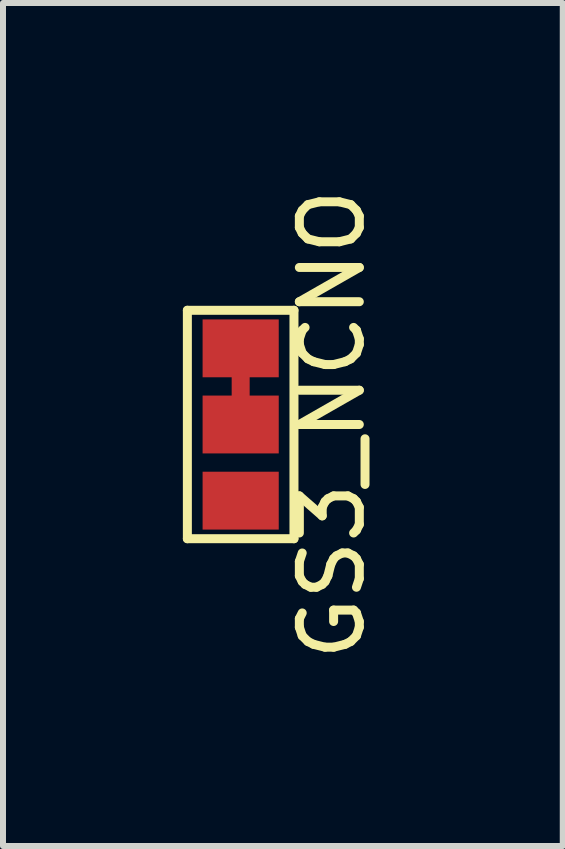
<source format=kicad_pcb>
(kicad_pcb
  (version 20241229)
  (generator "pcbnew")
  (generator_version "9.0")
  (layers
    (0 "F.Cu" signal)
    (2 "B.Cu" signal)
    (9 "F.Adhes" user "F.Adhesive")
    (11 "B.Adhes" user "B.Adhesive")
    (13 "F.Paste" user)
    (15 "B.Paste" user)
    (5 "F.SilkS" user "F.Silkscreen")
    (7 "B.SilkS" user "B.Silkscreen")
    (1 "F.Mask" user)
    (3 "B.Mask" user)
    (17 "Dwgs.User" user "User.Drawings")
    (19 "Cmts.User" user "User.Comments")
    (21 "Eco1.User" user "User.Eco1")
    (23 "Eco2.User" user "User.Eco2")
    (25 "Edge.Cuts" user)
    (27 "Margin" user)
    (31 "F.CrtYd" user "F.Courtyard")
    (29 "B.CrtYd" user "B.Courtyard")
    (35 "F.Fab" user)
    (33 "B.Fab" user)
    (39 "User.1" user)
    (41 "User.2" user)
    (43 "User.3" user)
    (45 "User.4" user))
  (footprint "GS3_NCNO"
    (layer "F.Cu")
    (at 0.964 4.03)
    (property "Reference" "GS3_NCNO" (at 1.524 0 90) (layer "F.SilkS") (effects (font (size 1 1) (thickness 0.15))))
    (attr exclude_from_pos_files exclude_from_bom)
    (fp_line (start -0.889 -1.905) (end -0.889 1.905) (stroke (width 0.15) (type solid)) (layer "F.SilkS"))
    (fp_line (start -0.889 -1.905) (end 0.889 -1.905) (stroke (width 0.15) (type solid)) (layer "F.SilkS"))
    (fp_line (start -0.889 1.905) (end 0.889 1.905) (stroke (width 0.15) (type solid)) (layer "F.SilkS"))
    (fp_line (start 0.889 1.905) (end 0.889 -1.905) (stroke (width 0.15) (type solid)) (layer "F.SilkS"))
    (pad "1" smd rect (at 0 -1.27) (size 1.27 0.965) (layers "F.Cu" "F.Mask" "F.Paste"))
    (pad "1" smd rect (at 0 -0.6) (size 0.3 2) (layers "F.Cu" "F.Mask" "F.Paste"))
    (pad "1" smd rect (at 0 0) (size 1.27 0.965) (layers "F.Cu" "F.Mask" "F.Paste"))
    (pad "2" smd rect (at 0 1.27) (size 1.27 0.965) (layers "F.Cu" "F.Mask" "F.Paste")))
  (gr_rect
    (start -3 -3)
    (end 6.336 11.06)
    (stroke (width 0.1) (type default))
    (fill no)
    (layer "Edge.Cuts")))
</source>
